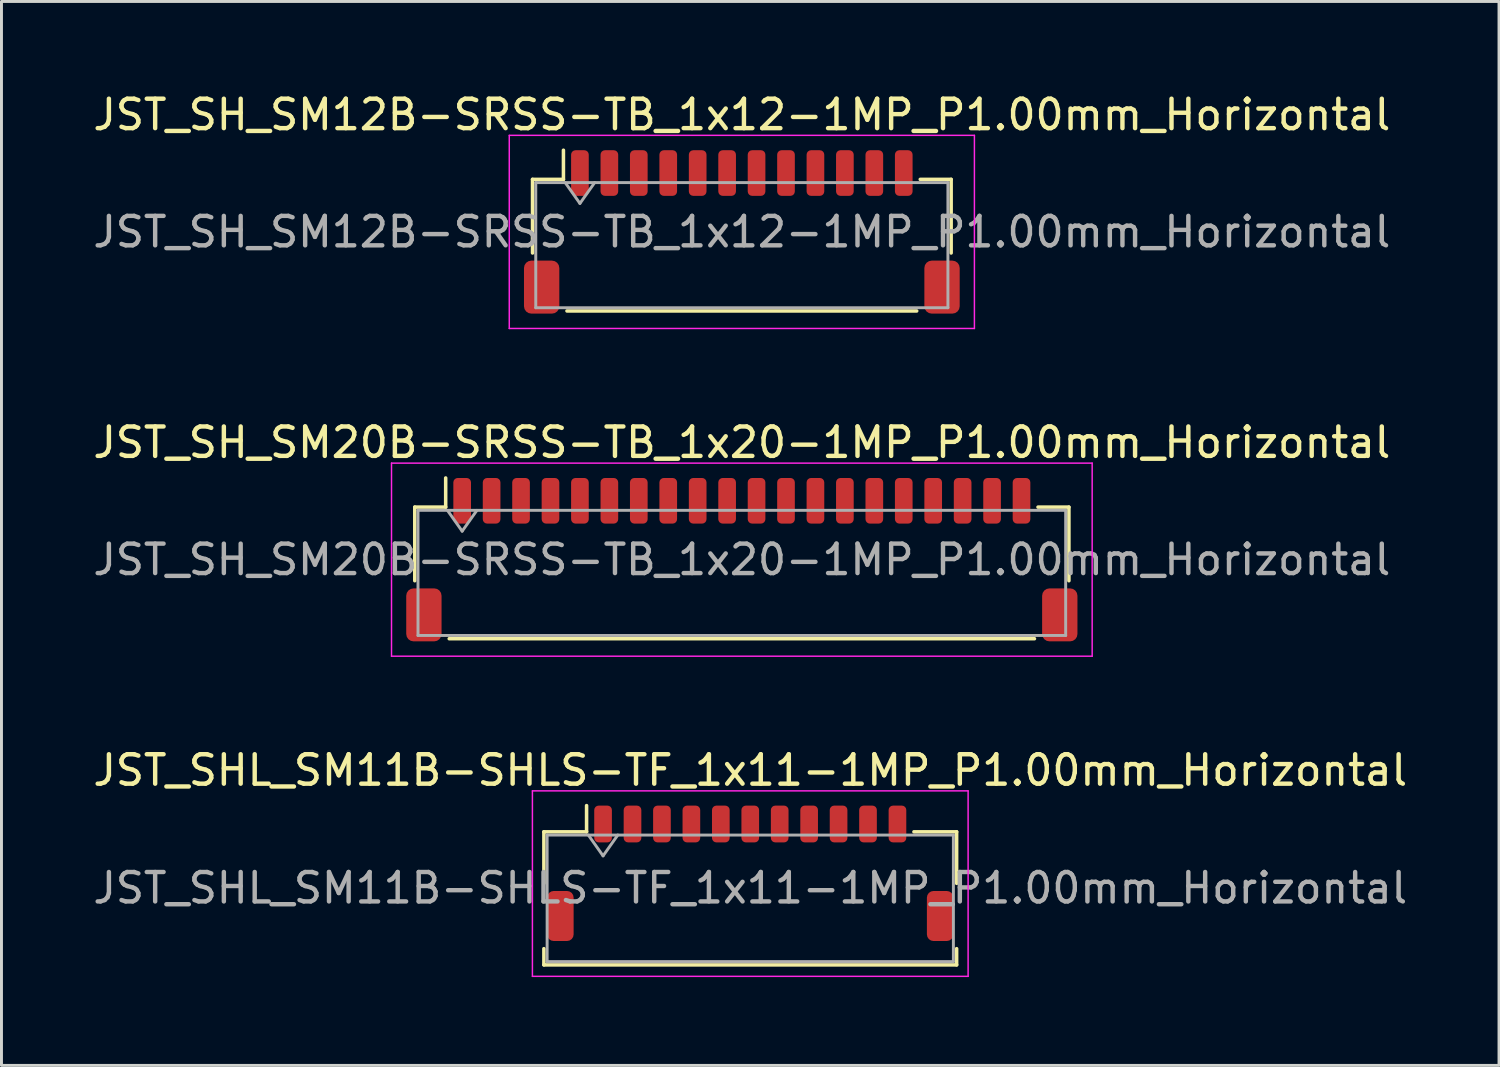
<source format=kicad_pcb>
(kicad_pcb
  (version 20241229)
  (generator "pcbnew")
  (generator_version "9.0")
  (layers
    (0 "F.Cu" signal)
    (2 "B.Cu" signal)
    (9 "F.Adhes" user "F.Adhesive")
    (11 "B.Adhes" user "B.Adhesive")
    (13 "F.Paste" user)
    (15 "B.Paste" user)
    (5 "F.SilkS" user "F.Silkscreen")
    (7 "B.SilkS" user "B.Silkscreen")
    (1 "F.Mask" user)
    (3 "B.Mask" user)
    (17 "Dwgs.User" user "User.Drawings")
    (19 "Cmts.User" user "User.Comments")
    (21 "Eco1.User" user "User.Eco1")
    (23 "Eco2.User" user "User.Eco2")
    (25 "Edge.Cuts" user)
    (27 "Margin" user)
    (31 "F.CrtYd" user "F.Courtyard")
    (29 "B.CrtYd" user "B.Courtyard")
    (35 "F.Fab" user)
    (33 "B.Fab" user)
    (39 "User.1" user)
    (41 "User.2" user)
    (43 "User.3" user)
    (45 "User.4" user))
  (footprint "JST_SH_SM20B-SRSS-TB_1x20-1MP_P1.00mm_Horizontal"
    (layer "F.Cu")
    (at 22.149 15.961)
    (property "Reference" "JST_SH_SM20B-SRSS-TB_1x20-1MP_P1.00mm_Horizontal" (at 0 -3.98 0) (layer "F.SilkS") (effects (font (size 1 1) (thickness 0.15))))
    (attr smd)
    (fp_line (start -11.11 -1.785) (end -10.06 -1.785) (stroke (width 0.12) (type solid)) (layer "F.SilkS"))
    (fp_line (start -11.11 0.715) (end -11.11 -1.785) (stroke (width 0.12) (type solid)) (layer "F.SilkS"))
    (fp_line (start -10.06 -1.785) (end -10.06 -2.775) (stroke (width 0.12) (type solid)) (layer "F.SilkS"))
    (fp_line (start -9.94 2.685) (end 9.94 2.685) (stroke (width 0.12) (type solid)) (layer "F.SilkS"))
    (fp_line (start 11.11 -1.785) (end 10.06 -1.785) (stroke (width 0.12) (type solid)) (layer "F.SilkS"))
    (fp_line (start 11.11 0.715) (end 11.11 -1.785) (stroke (width 0.12) (type solid)) (layer "F.SilkS"))
    (fp_line (start -11.9 -3.28) (end -11.9 3.28) (stroke (width 0.05) (type solid)) (layer "F.CrtYd"))
    (fp_line (start -11.9 3.28) (end 11.9 3.28) (stroke (width 0.05) (type solid)) (layer "F.CrtYd"))
    (fp_line (start 11.9 -3.28) (end -11.9 -3.28) (stroke (width 0.05) (type solid)) (layer "F.CrtYd"))
    (fp_line (start 11.9 3.28) (end 11.9 -3.28) (stroke (width 0.05) (type solid)) (layer "F.CrtYd"))
    (fp_line (start -11 -1.675) (end -11 2.575) (stroke (width 0.1) (type solid)) (layer "F.Fab"))
    (fp_line (start -11 -1.675) (end 11 -1.675) (stroke (width 0.1) (type solid)) (layer "F.Fab"))
    (fp_line (start -11 2.575) (end 11 2.575) (stroke (width 0.1) (type solid)) (layer "F.Fab"))
    (fp_line (start -10 -1.675) (end -9.5 -0.968) (stroke (width 0.1) (type solid)) (layer "F.Fab"))
    (fp_line (start -9.5 -0.968) (end -9 -1.675) (stroke (width 0.1) (type solid)) (layer "F.Fab"))
    (fp_line (start 11 -1.675) (end 11 2.575) (stroke (width 0.1) (type solid)) (layer "F.Fab"))
    (fp_text user "${REFERENCE}" (at 0 0 0) (layer "F.Fab") (effects (font (size 1 1) (thickness 0.15))))
    (pad "1" smd roundrect (at -9.5 -2) (size 0.6 1.55) (layers "F.Cu" "F.Mask" "F.Paste") (roundrect_rratio 0.25))
    (pad "2" smd roundrect (at -8.5 -2) (size 0.6 1.55) (layers "F.Cu" "F.Mask" "F.Paste") (roundrect_rratio 0.25))
    (pad "3" smd roundrect (at -7.5 -2) (size 0.6 1.55) (layers "F.Cu" "F.Mask" "F.Paste") (roundrect_rratio 0.25))
    (pad "4" smd roundrect (at -6.5 -2) (size 0.6 1.55) (layers "F.Cu" "F.Mask" "F.Paste") (roundrect_rratio 0.25))
    (pad "5" smd roundrect (at -5.5 -2) (size 0.6 1.55) (layers "F.Cu" "F.Mask" "F.Paste") (roundrect_rratio 0.25))
    (pad "6" smd roundrect (at -4.5 -2) (size 0.6 1.55) (layers "F.Cu" "F.Mask" "F.Paste") (roundrect_rratio 0.25))
    (pad "7" smd roundrect (at -3.5 -2) (size 0.6 1.55) (layers "F.Cu" "F.Mask" "F.Paste") (roundrect_rratio 0.25))
    (pad "8" smd roundrect (at -2.5 -2) (size 0.6 1.55) (layers "F.Cu" "F.Mask" "F.Paste") (roundrect_rratio 0.25))
    (pad "9" smd roundrect (at -1.5 -2) (size 0.6 1.55) (layers "F.Cu" "F.Mask" "F.Paste") (roundrect_rratio 0.25))
    (pad "10" smd roundrect (at -0.5 -2) (size 0.6 1.55) (layers "F.Cu" "F.Mask" "F.Paste") (roundrect_rratio 0.25))
    (pad "11" smd roundrect (at 0.5 -2) (size 0.6 1.55) (layers "F.Cu" "F.Mask" "F.Paste") (roundrect_rratio 0.25))
    (pad "12" smd roundrect (at 1.5 -2) (size 0.6 1.55) (layers "F.Cu" "F.Mask" "F.Paste") (roundrect_rratio 0.25))
    (pad "13" smd roundrect (at 2.5 -2) (size 0.6 1.55) (layers "F.Cu" "F.Mask" "F.Paste") (roundrect_rratio 0.25))
    (pad "14" smd roundrect (at 3.5 -2) (size 0.6 1.55) (layers "F.Cu" "F.Mask" "F.Paste") (roundrect_rratio 0.25))
    (pad "15" smd roundrect (at 4.5 -2) (size 0.6 1.55) (layers "F.Cu" "F.Mask" "F.Paste") (roundrect_rratio 0.25))
    (pad "16" smd roundrect (at 5.5 -2) (size 0.6 1.55) (layers "F.Cu" "F.Mask" "F.Paste") (roundrect_rratio 0.25))
    (pad "17" smd roundrect (at 6.5 -2) (size 0.6 1.55) (layers "F.Cu" "F.Mask" "F.Paste") (roundrect_rratio 0.25))
    (pad "18" smd roundrect (at 7.5 -2) (size 0.6 1.55) (layers "F.Cu" "F.Mask" "F.Paste") (roundrect_rratio 0.25))
    (pad "19" smd roundrect (at 8.5 -2) (size 0.6 1.55) (layers "F.Cu" "F.Mask" "F.Paste") (roundrect_rratio 0.25))
    (pad "20" smd roundrect (at 9.5 -2) (size 0.6 1.55) (layers "F.Cu" "F.Mask" "F.Paste") (roundrect_rratio 0.25))
    (pad "MP" smd roundrect (at -10.8 1.875) (size 1.2 1.8) (layers "F.Cu" "F.Mask" "F.Paste") (roundrect_rratio 0.208))
    (pad "MP" smd roundrect (at 10.8 1.875) (size 1.2 1.8) (layers "F.Cu" "F.Mask" "F.Paste") (roundrect_rratio 0.208)))
  (footprint "JST_SH_SM12B-SRSS-TB_1x12-1MP_P1.00mm_Horizontal"
    (layer "F.Cu")
    (at 22.149 4.828)
    (property "Reference" "JST_SH_SM12B-SRSS-TB_1x12-1MP_P1.00mm_Horizontal" (at 0 -3.98 0) (layer "F.SilkS") (effects (font (size 1 1) (thickness 0.15))))
    (attr smd)
    (fp_line (start -7.11 -1.785) (end -6.06 -1.785) (stroke (width 0.12) (type solid)) (layer "F.SilkS"))
    (fp_line (start -7.11 0.715) (end -7.11 -1.785) (stroke (width 0.12) (type solid)) (layer "F.SilkS"))
    (fp_line (start -6.06 -1.785) (end -6.06 -2.775) (stroke (width 0.12) (type solid)) (layer "F.SilkS"))
    (fp_line (start -5.94 2.685) (end 5.94 2.685) (stroke (width 0.12) (type solid)) (layer "F.SilkS"))
    (fp_line (start 7.11 -1.785) (end 6.06 -1.785) (stroke (width 0.12) (type solid)) (layer "F.SilkS"))
    (fp_line (start 7.11 0.715) (end 7.11 -1.785) (stroke (width 0.12) (type solid)) (layer "F.SilkS"))
    (fp_line (start -7.9 -3.28) (end -7.9 3.28) (stroke (width 0.05) (type solid)) (layer "F.CrtYd"))
    (fp_line (start -7.9 3.28) (end 7.9 3.28) (stroke (width 0.05) (type solid)) (layer "F.CrtYd"))
    (fp_line (start 7.9 -3.28) (end -7.9 -3.28) (stroke (width 0.05) (type solid)) (layer "F.CrtYd"))
    (fp_line (start 7.9 3.28) (end 7.9 -3.28) (stroke (width 0.05) (type solid)) (layer "F.CrtYd"))
    (fp_line (start -7 -1.675) (end -7 2.575) (stroke (width 0.1) (type solid)) (layer "F.Fab"))
    (fp_line (start -7 -1.675) (end 7 -1.675) (stroke (width 0.1) (type solid)) (layer "F.Fab"))
    (fp_line (start -7 2.575) (end 7 2.575) (stroke (width 0.1) (type solid)) (layer "F.Fab"))
    (fp_line (start -6 -1.675) (end -5.5 -0.968) (stroke (width 0.1) (type solid)) (layer "F.Fab"))
    (fp_line (start -5.5 -0.968) (end -5 -1.675) (stroke (width 0.1) (type solid)) (layer "F.Fab"))
    (fp_line (start 7 -1.675) (end 7 2.575) (stroke (width 0.1) (type solid)) (layer "F.Fab"))
    (fp_text user "${REFERENCE}" (at 0 0 0) (layer "F.Fab") (effects (font (size 1 1) (thickness 0.15))))
    (pad "1" smd roundrect (at -5.5 -2) (size 0.6 1.55) (layers "F.Cu" "F.Mask" "F.Paste") (roundrect_rratio 0.25))
    (pad "2" smd roundrect (at -4.5 -2) (size 0.6 1.55) (layers "F.Cu" "F.Mask" "F.Paste") (roundrect_rratio 0.25))
    (pad "3" smd roundrect (at -3.5 -2) (size 0.6 1.55) (layers "F.Cu" "F.Mask" "F.Paste") (roundrect_rratio 0.25))
    (pad "4" smd roundrect (at -2.5 -2) (size 0.6 1.55) (layers "F.Cu" "F.Mask" "F.Paste") (roundrect_rratio 0.25))
    (pad "5" smd roundrect (at -1.5 -2) (size 0.6 1.55) (layers "F.Cu" "F.Mask" "F.Paste") (roundrect_rratio 0.25))
    (pad "6" smd roundrect (at -0.5 -2) (size 0.6 1.55) (layers "F.Cu" "F.Mask" "F.Paste") (roundrect_rratio 0.25))
    (pad "7" smd roundrect (at 0.5 -2) (size 0.6 1.55) (layers "F.Cu" "F.Mask" "F.Paste") (roundrect_rratio 0.25))
    (pad "8" smd roundrect (at 1.5 -2) (size 0.6 1.55) (layers "F.Cu" "F.Mask" "F.Paste") (roundrect_rratio 0.25))
    (pad "9" smd roundrect (at 2.5 -2) (size 0.6 1.55) (layers "F.Cu" "F.Mask" "F.Paste") (roundrect_rratio 0.25))
    (pad "10" smd roundrect (at 3.5 -2) (size 0.6 1.55) (layers "F.Cu" "F.Mask" "F.Paste") (roundrect_rratio 0.25))
    (pad "11" smd roundrect (at 4.5 -2) (size 0.6 1.55) (layers "F.Cu" "F.Mask" "F.Paste") (roundrect_rratio 0.25))
    (pad "12" smd roundrect (at 5.5 -2) (size 0.6 1.55) (layers "F.Cu" "F.Mask" "F.Paste") (roundrect_rratio 0.25))
    (pad "MP" smd roundrect (at -6.8 1.875) (size 1.2 1.8) (layers "F.Cu" "F.Mask" "F.Paste") (roundrect_rratio 0.208))
    (pad "MP" smd roundrect (at 6.8 1.875) (size 1.2 1.8) (layers "F.Cu" "F.Mask" "F.Paste") (roundrect_rratio 0.208)))
  (footprint "JST_SHL_SM11B-SHLS-TF_1x11-1MP_P1.00mm_Horizontal"
    (layer "F.Cu")
    (at 22.435 26.615)
    (property "Reference" "JST_SHL_SM11B-SHLS-TF_1x11-1MP_P1.00mm_Horizontal" (at 0 -3.5 0) (layer "F.SilkS") (effects (font (size 1 1) (thickness 0.15))))
    (attr smd)
    (fp_line (start -7.01 -1.41) (end -5.56 -1.41) (stroke (width 0.12) (type solid)) (layer "F.SilkS"))
    (fp_line (start -7.01 0.34) (end -7.01 -1.41) (stroke (width 0.12) (type solid)) (layer "F.SilkS"))
    (fp_line (start -7.01 2.56) (end -7.01 3.11) (stroke (width 0.12) (type solid)) (layer "F.SilkS"))
    (fp_line (start -7.01 3.11) (end 7.01 3.11) (stroke (width 0.12) (type solid)) (layer "F.SilkS"))
    (fp_line (start -5.56 -1.41) (end -5.56 -2.3) (stroke (width 0.12) (type solid)) (layer "F.SilkS"))
    (fp_line (start 7.01 -1.41) (end 5.56 -1.41) (stroke (width 0.12) (type solid)) (layer "F.SilkS"))
    (fp_line (start 7.01 0.34) (end 7.01 -1.41) (stroke (width 0.12) (type solid)) (layer "F.SilkS"))
    (fp_line (start 7.01 3.11) (end 7.01 2.56) (stroke (width 0.12) (type solid)) (layer "F.SilkS"))
    (fp_line (start -7.4 -2.8) (end -7.4 3.5) (stroke (width 0.05) (type solid)) (layer "F.CrtYd"))
    (fp_line (start -7.4 3.5) (end 7.4 3.5) (stroke (width 0.05) (type solid)) (layer "F.CrtYd"))
    (fp_line (start 7.4 -2.8) (end -7.4 -2.8) (stroke (width 0.05) (type solid)) (layer "F.CrtYd"))
    (fp_line (start 7.4 3.5) (end 7.4 -2.8) (stroke (width 0.05) (type solid)) (layer "F.CrtYd"))
    (fp_line (start -6.9 -1.3) (end -6.9 3) (stroke (width 0.1) (type solid)) (layer "F.Fab"))
    (fp_line (start -6.9 -1.3) (end 6.9 -1.3) (stroke (width 0.1) (type solid)) (layer "F.Fab"))
    (fp_line (start -6.9 3) (end 6.9 3) (stroke (width 0.1) (type solid)) (layer "F.Fab"))
    (fp_line (start -5.5 -1.3) (end -5 -0.593) (stroke (width 0.1) (type solid)) (layer "F.Fab"))
    (fp_line (start -5 -0.593) (end -4.5 -1.3) (stroke (width 0.1) (type solid)) (layer "F.Fab"))
    (fp_line (start 6.9 -1.3) (end 6.9 3) (stroke (width 0.1) (type solid)) (layer "F.Fab"))
    (fp_text user "${REFERENCE}" (at 0 0.5 0) (layer "F.Fab") (effects (font (size 1 1) (thickness 0.15))))
    (pad "1" smd roundrect (at -5 -1.675) (size 0.6 1.25) (layers "F.Cu" "F.Mask" "F.Paste") (roundrect_rratio 0.25))
    (pad "2" smd roundrect (at -4 -1.675) (size 0.6 1.25) (layers "F.Cu" "F.Mask" "F.Paste") (roundrect_rratio 0.25))
    (pad "3" smd roundrect (at -3 -1.675) (size 0.6 1.25) (layers "F.Cu" "F.Mask" "F.Paste") (roundrect_rratio 0.25))
    (pad "4" smd roundrect (at -2 -1.675) (size 0.6 1.25) (layers "F.Cu" "F.Mask" "F.Paste") (roundrect_rratio 0.25))
    (pad "5" smd roundrect (at -1 -1.675) (size 0.6 1.25) (layers "F.Cu" "F.Mask" "F.Paste") (roundrect_rratio 0.25))
    (pad "6" smd roundrect (at 0 -1.675) (size 0.6 1.25) (layers "F.Cu" "F.Mask" "F.Paste") (roundrect_rratio 0.25))
    (pad "7" smd roundrect (at 1 -1.675) (size 0.6 1.25) (layers "F.Cu" "F.Mask" "F.Paste") (roundrect_rratio 0.25))
    (pad "8" smd roundrect (at 2 -1.675) (size 0.6 1.25) (layers "F.Cu" "F.Mask" "F.Paste") (roundrect_rratio 0.25))
    (pad "9" smd roundrect (at 3 -1.675) (size 0.6 1.25) (layers "F.Cu" "F.Mask" "F.Paste") (roundrect_rratio 0.25))
    (pad "10" smd roundrect (at 4 -1.675) (size 0.6 1.25) (layers "F.Cu" "F.Mask" "F.Paste") (roundrect_rratio 0.25))
    (pad "11" smd roundrect (at 5 -1.675) (size 0.6 1.25) (layers "F.Cu" "F.Mask" "F.Paste") (roundrect_rratio 0.25))
    (pad "MP" smd roundrect (at -6.45 1.45) (size 0.9 1.7) (layers "F.Cu" "F.Mask" "F.Paste") (roundrect_rratio 0.25))
    (pad "MP" smd roundrect (at 6.45 1.45) (size 0.9 1.7) (layers "F.Cu" "F.Mask" "F.Paste") (roundrect_rratio 0.25)))
  (gr_rect
    (start -3 -3)
    (end 47.869 33.14)
    (stroke (width 0.1) (type default))
    (fill no)
    (layer "Edge.Cuts")))
</source>
